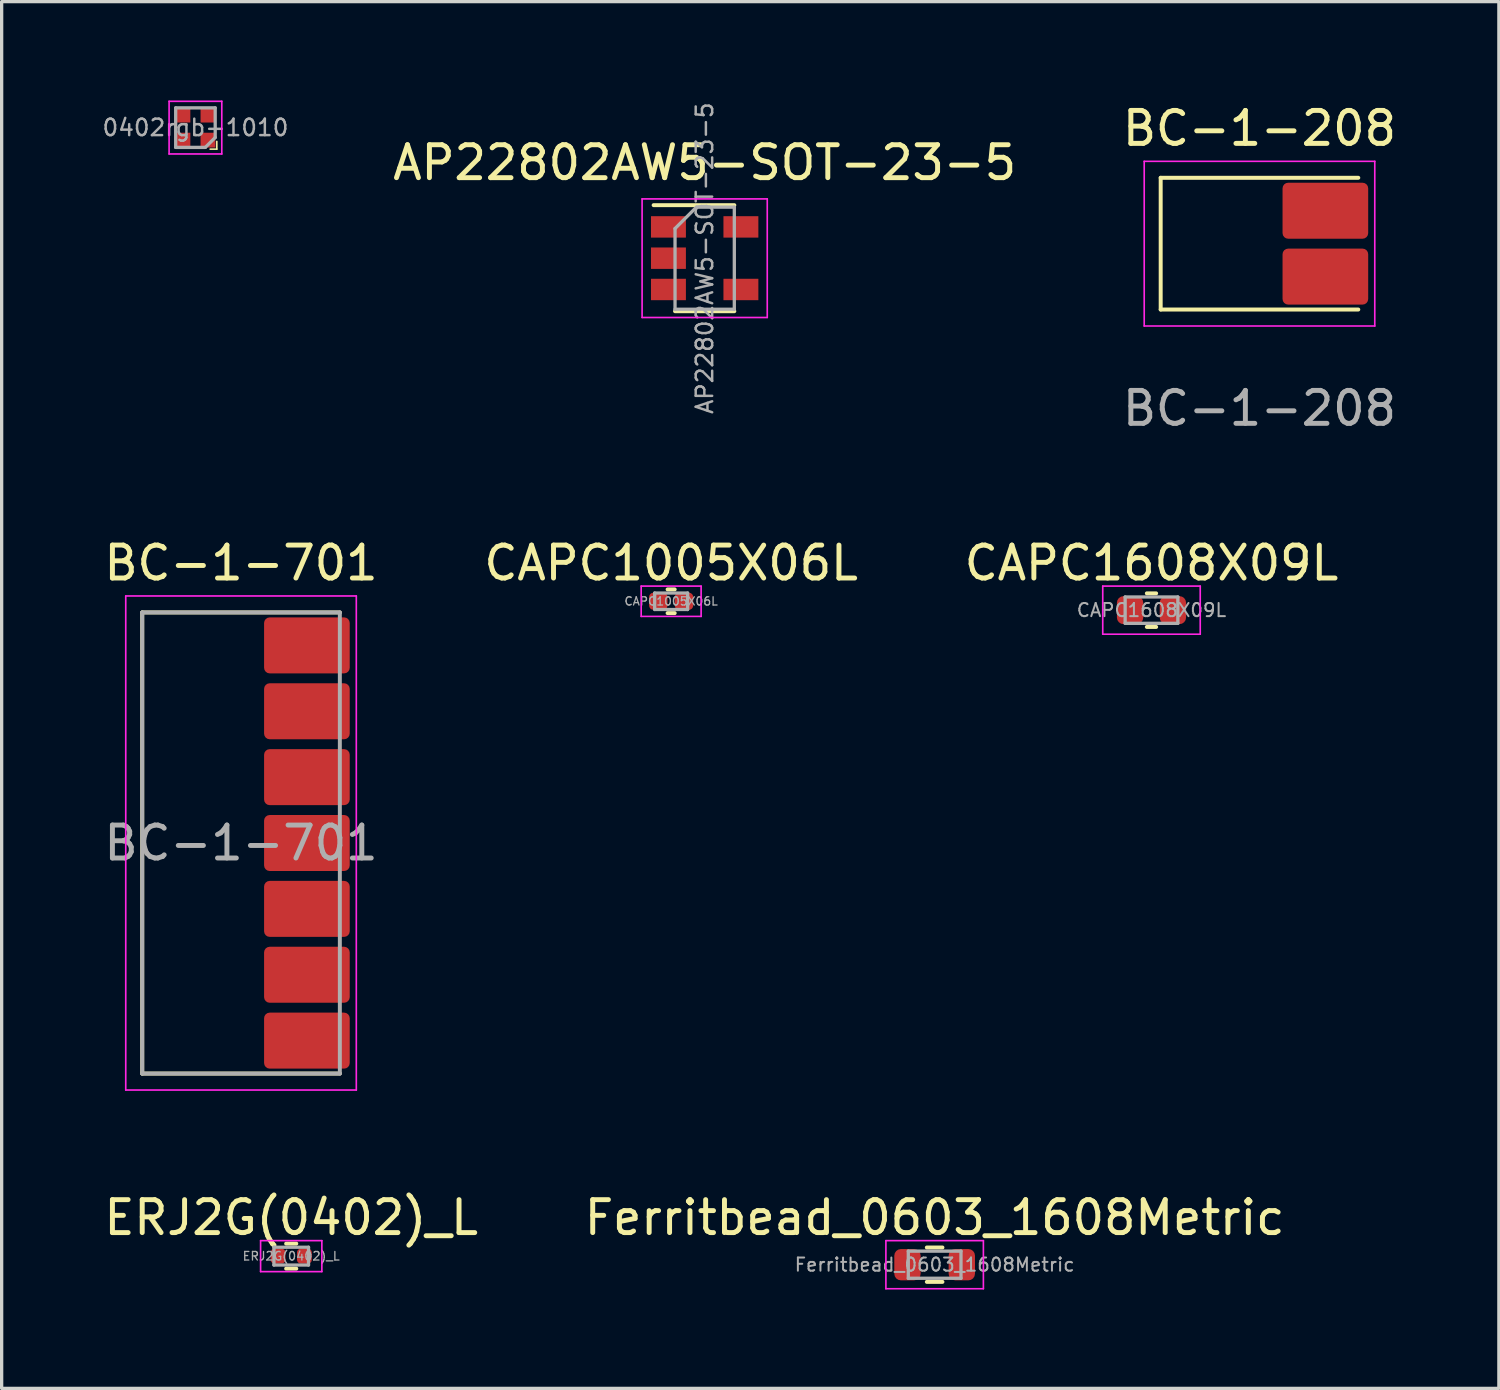
<source format=kicad_pcb>
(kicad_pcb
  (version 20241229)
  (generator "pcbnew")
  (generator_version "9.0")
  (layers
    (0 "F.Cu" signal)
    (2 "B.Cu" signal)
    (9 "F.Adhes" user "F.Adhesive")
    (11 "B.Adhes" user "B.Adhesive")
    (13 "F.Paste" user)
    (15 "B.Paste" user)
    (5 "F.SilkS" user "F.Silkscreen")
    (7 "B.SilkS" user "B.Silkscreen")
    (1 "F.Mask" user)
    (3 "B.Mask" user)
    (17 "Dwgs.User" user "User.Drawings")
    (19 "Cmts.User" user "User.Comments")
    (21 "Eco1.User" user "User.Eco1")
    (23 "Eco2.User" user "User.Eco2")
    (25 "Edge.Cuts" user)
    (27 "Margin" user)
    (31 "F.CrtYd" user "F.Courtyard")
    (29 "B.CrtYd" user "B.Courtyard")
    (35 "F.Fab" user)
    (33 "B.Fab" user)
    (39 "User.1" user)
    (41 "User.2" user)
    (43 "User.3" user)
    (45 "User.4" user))
  (footprint "Ferritbead_0603_1608Metric"
    (layer "F.Cu")
    (at 25.327 35.348)
    (property "Reference" "Ferritbead_0603_1608Metric" (at 0 -1.43 0) (layer "F.SilkS") (effects (font (size 1 1) (thickness 0.15))))
    (attr smd)
    (fp_line (start -0.237 -0.522) (end 0.237 -0.522) (stroke (width 0.12) (type solid)) (layer "F.SilkS"))
    (fp_line (start -0.237 0.522) (end 0.237 0.522) (stroke (width 0.12) (type solid)) (layer "F.SilkS"))
    (fp_line (start -1.48 -0.73) (end 1.48 -0.73) (stroke (width 0.05) (type solid)) (layer "F.CrtYd"))
    (fp_line (start -1.48 0.73) (end -1.48 -0.73) (stroke (width 0.05) (type solid)) (layer "F.CrtYd"))
    (fp_line (start 1.48 -0.73) (end 1.48 0.73) (stroke (width 0.05) (type solid)) (layer "F.CrtYd"))
    (fp_line (start 1.48 0.73) (end -1.48 0.73) (stroke (width 0.05) (type solid)) (layer "F.CrtYd"))
    (fp_line (start -0.8 -0.412) (end 0.8 -0.412) (stroke (width 0.1) (type solid)) (layer "F.Fab"))
    (fp_line (start -0.8 0.412) (end -0.8 -0.412) (stroke (width 0.1) (type solid)) (layer "F.Fab"))
    (fp_line (start 0.8 -0.412) (end 0.8 0.412) (stroke (width 0.1) (type solid)) (layer "F.Fab"))
    (fp_line (start 0.8 0.412) (end -0.8 0.412) (stroke (width 0.1) (type solid)) (layer "F.Fab"))
    (fp_text user "${REFERENCE}" (at 0 0 0) (layer "F.Fab") (effects (font (size 0.4 0.4) (thickness 0.06))))
    (pad "1" smd roundrect (at -0.825 0) (size 0.8 0.95) (layers "F.Cu" "F.Mask" "F.Paste") (roundrect_rratio 0.25))
    (pad "2" smd roundrect (at 0.825 0) (size 0.8 0.95) (layers "F.Cu" "F.Mask" "F.Paste") (roundrect_rratio 0.25)))
  (footprint "BC-1-701"
    (layer "F.Cu")
    (at 4.268 22.545)
    (property "Reference" "BC-1-701" (at 0 -8.5 0) (unlocked yes) (layer "F.SilkS") (effects (font (size 1 1) (thickness 0.15))))
    (attr smd)
    (fp_line (start -3 -7) (end 3 -7) (stroke (width 0.12) (type solid)) (layer "F.SilkS"))
    (fp_line (start -3 7) (end -3 -7) (stroke (width 0.12) (type solid)) (layer "F.SilkS"))
    (fp_line (start 3 7) (end -3 7) (stroke (width 0.12) (type solid)) (layer "F.SilkS"))
    (fp_line (start -3.5 -7.5) (end 3.5 -7.5) (stroke (width 0.05) (type solid)) (layer "F.CrtYd"))
    (fp_line (start -3.5 7.5) (end -3.5 -7.5) (stroke (width 0.05) (type solid)) (layer "F.CrtYd"))
    (fp_line (start -3.5 7.5) (end 3.5 7.5) (stroke (width 0.05) (type solid)) (layer "F.CrtYd"))
    (fp_line (start 3.5 7.5) (end 3.5 -7.5) (stroke (width 0.05) (type solid)) (layer "F.CrtYd"))
    (fp_line (start -3 -7) (end 3 -7) (stroke (width 0.12) (type solid)) (layer "F.Fab"))
    (fp_line (start -3 7) (end -3 -7) (stroke (width 0.12) (type solid)) (layer "F.Fab"))
    (fp_line (start -3 7) (end 3 7) (stroke (width 0.12) (type solid)) (layer "F.Fab"))
    (fp_line (start 3 7) (end 3 -7) (stroke (width 0.12) (type solid)) (layer "F.Fab"))
    (fp_text user "${REFERENCE}" (at 0 0 0) (unlocked yes) (layer "F.Fab") (effects (font (size 1 1) (thickness 0.15))))
    (pad "1" smd roundrect (at 2 -6) (size 2.6 1.7) (layers "F.Cu" "F.Mask" "F.Paste") (roundrect_rratio 0.1))
    (pad "2" smd roundrect (at 2 -4) (size 2.6 1.7) (layers "F.Cu" "F.Mask" "F.Paste") (roundrect_rratio 0.1))
    (pad "3" smd roundrect (at 2 -2) (size 2.6 1.7) (layers "F.Cu" "F.Mask" "F.Paste") (roundrect_rratio 0.1))
    (pad "4" smd roundrect (at 2 0) (size 2.6 1.7) (layers "F.Cu" "F.Mask" "F.Paste") (roundrect_rratio 0.1))
    (pad "5" smd roundrect (at 2 2) (size 2.6 1.7) (layers "F.Cu" "F.Mask" "F.Paste") (roundrect_rratio 0.1))
    (pad "6" smd roundrect (at 2 4) (size 2.6 1.7) (layers "F.Cu" "F.Mask" "F.Paste") (roundrect_rratio 0.1))
    (pad "7" smd roundrect (at 2 6) (size 2.6 1.7) (layers "F.Cu" "F.Mask" "F.Paste") (roundrect_rratio 0.1)))
  (footprint "0402rgb-1010"
    (layer "F.Cu")
    (at 2.884 0.825)
    (property "Reference" "0402rgb-1010" (at 0 0 0) (layer "F.Fab") (effects (font (size 0.5 0.5) (thickness 0.075))))
    (attr smd)
    (fp_line (start 0.648 0.419) (end 0.648 0.653) (stroke (width 0.05) (type solid)) (layer "F.SilkS"))
    (fp_line (start 0.648 0.653) (end 0.447 0.653) (stroke (width 0.05) (type solid)) (layer "F.SilkS"))
    (fp_poly (pts (xy -0.61 -0.602) (xy -0.3 -0.602) (xy -0.3 -0.251) (xy -0.61 -0.251) (xy -0.61 -0.452)) (stroke (width 0.01) (type solid)) (fill yes) (layer "F.Paste"))
    (fp_poly (pts (xy -0.602 0.249) (xy -0.292 0.249) (xy -0.292 0.599) (xy -0.602 0.599) (xy -0.602 0.399)) (stroke (width 0.01) (type solid)) (fill yes) (layer "F.Paste"))
    (fp_poly (pts (xy 0.29 -0.602) (xy 0.599 -0.602) (xy 0.599 -0.251) (xy 0.29 -0.251) (xy 0.29 -0.452)) (stroke (width 0.01) (type solid)) (fill yes) (layer "F.Paste"))
    (fp_poly (pts (xy 0.292 0.251) (xy 0.602 0.251) (xy 0.602 0.602) (xy 0.292 0.602) (xy 0.292 0.401)) (stroke (width 0.01) (type solid)) (fill yes) (layer "F.Paste"))
    (fp_line (start -0.8 -0.8) (end 0.8 -0.8) (stroke (width 0.05) (type solid)) (layer "F.CrtYd"))
    (fp_line (start -0.8 0.8) (end -0.8 -0.8) (stroke (width 0.05) (type solid)) (layer "F.CrtYd"))
    (fp_line (start -0.8 0.8) (end 0.8 0.8) (stroke (width 0.05) (type solid)) (layer "F.CrtYd"))
    (fp_line (start 0.8 0.8) (end 0.8 -0.8) (stroke (width 0.05) (type solid)) (layer "F.CrtYd"))
    (fp_line (start -0.6 -0.6) (end 0.6 -0.6) (stroke (width 0.1) (type solid)) (layer "F.Fab"))
    (fp_line (start -0.6 0.6) (end -0.6 -0.6) (stroke (width 0.1) (type solid)) (layer "F.Fab"))
    (fp_line (start 0.3 0.6) (end -0.6 0.6) (stroke (width 0.1) (type solid)) (layer "F.Fab"))
    (fp_line (start 0.3 0.6) (end 0.6 0.3) (stroke (width 0.1) (type solid)) (layer "F.Fab"))
    (fp_line (start 0.6 -0.6) (end 0.6 0.3) (stroke (width 0.1) (type solid)) (layer "F.Fab"))
    (pad "1" smd rect (at 0.38 0.38) (size 0.45 0.45) (layers "F.Cu" "F.Mask"))
    (pad "2" smd rect (at -0.38 0.38) (size 0.45 0.45) (layers "F.Cu" "F.Mask"))
    (pad "3" smd rect (at -0.38 -0.38) (size 0.45 0.45) (layers "F.Cu" "F.Mask"))
    (pad "4" smd rect (at 0.38 -0.38) (size 0.45 0.45) (layers "F.Cu" "F.Mask")))
  (footprint "CAPC1005X06L"
    (layer "F.Cu")
    (at 17.327 15.205)
    (property "Reference" "CAPC1005X06L" (at 0 -1.16 0) (layer "F.SilkS") (effects (font (size 1 1) (thickness 0.15))))
    (attr smd)
    (fp_line (start -0.108 -0.36) (end 0.108 -0.36) (stroke (width 0.12) (type solid)) (layer "F.SilkS"))
    (fp_line (start -0.108 0.36) (end 0.108 0.36) (stroke (width 0.12) (type solid)) (layer "F.SilkS"))
    (fp_line (start -0.91 -0.46) (end 0.91 -0.46) (stroke (width 0.05) (type solid)) (layer "F.CrtYd"))
    (fp_line (start -0.91 0.46) (end -0.91 -0.46) (stroke (width 0.05) (type solid)) (layer "F.CrtYd"))
    (fp_line (start 0.91 -0.46) (end 0.91 0.46) (stroke (width 0.05) (type solid)) (layer "F.CrtYd"))
    (fp_line (start 0.91 0.46) (end -0.91 0.46) (stroke (width 0.05) (type solid)) (layer "F.CrtYd"))
    (fp_line (start -0.5 -0.25) (end 0.5 -0.25) (stroke (width 0.1) (type solid)) (layer "F.Fab"))
    (fp_line (start -0.5 0.25) (end -0.5 -0.25) (stroke (width 0.1) (type solid)) (layer "F.Fab"))
    (fp_line (start 0.5 -0.25) (end 0.5 0.25) (stroke (width 0.1) (type solid)) (layer "F.Fab"))
    (fp_line (start 0.5 0.25) (end -0.5 0.25) (stroke (width 0.1) (type solid)) (layer "F.Fab"))
    (fp_text user "${REFERENCE}" (at 0 0 0) (layer "F.Fab") (effects (font (size 0.25 0.25) (thickness 0.04))))
    (pad "1" smd roundrect (at -0.39 0) (size 0.56 0.518) (layers "F.Cu" "F.Mask" "F.Paste") (roundrect_rratio 0.25))
    (pad "2" smd roundrect (at 0.39 0) (size 0.56 0.518) (layers "F.Cu" "F.Mask" "F.Paste") (roundrect_rratio 0.25)))
  (footprint "ERJ2G(0402)_L"
    (layer "F.Cu")
    (at 5.792 35.088)
    (property "Reference" "ERJ2G(0402)_L" (at 0 -1.17 0) (layer "F.SilkS") (effects (font (size 1 1) (thickness 0.15))))
    (attr smd)
    (fp_line (start -0.154 -0.38) (end 0.154 -0.38) (stroke (width 0.12) (type solid)) (layer "F.SilkS"))
    (fp_line (start -0.154 0.38) (end 0.154 0.38) (stroke (width 0.12) (type solid)) (layer "F.SilkS"))
    (fp_line (start -0.93 -0.47) (end 0.93 -0.47) (stroke (width 0.05) (type solid)) (layer "F.CrtYd"))
    (fp_line (start -0.93 0.47) (end -0.93 -0.47) (stroke (width 0.05) (type solid)) (layer "F.CrtYd"))
    (fp_line (start 0.93 -0.47) (end 0.93 0.47) (stroke (width 0.05) (type solid)) (layer "F.CrtYd"))
    (fp_line (start 0.93 0.47) (end -0.93 0.47) (stroke (width 0.05) (type solid)) (layer "F.CrtYd"))
    (fp_line (start -0.525 -0.27) (end 0.525 -0.27) (stroke (width 0.1) (type solid)) (layer "F.Fab"))
    (fp_line (start -0.525 0.27) (end -0.525 -0.27) (stroke (width 0.1) (type solid)) (layer "F.Fab"))
    (fp_line (start 0.525 -0.27) (end 0.525 0.27) (stroke (width 0.1) (type solid)) (layer "F.Fab"))
    (fp_line (start 0.525 0.27) (end -0.525 0.27) (stroke (width 0.1) (type solid)) (layer "F.Fab"))
    (fp_text user "${REFERENCE}" (at 0 0 0) (layer "F.Fab") (effects (font (size 0.26 0.26) (thickness 0.04))))
    (pad "1" smd roundrect (at -0.4 0) (size 0.45 0.45) (layers "F.Cu" "F.Mask" "F.Paste") (roundrect_rratio 0.25))
    (pad "2" smd roundrect (at 0.4 0) (size 0.45 0.45) (layers "F.Cu" "F.Mask" "F.Paste") (roundrect_rratio 0.25)))
  (footprint "CAPC1608X09L"
    (layer "F.Cu")
    (at 31.911 15.475)
    (property "Reference" "CAPC1608X09L" (at 0 -1.43 0) (layer "F.SilkS") (effects (font (size 1 1) (thickness 0.15))))
    (attr smd)
    (fp_line (start -0.141 -0.51) (end 0.141 -0.51) (stroke (width 0.12) (type solid)) (layer "F.SilkS"))
    (fp_line (start -0.141 0.51) (end 0.141 0.51) (stroke (width 0.12) (type solid)) (layer "F.SilkS"))
    (fp_line (start -1.48 -0.73) (end 1.48 -0.73) (stroke (width 0.05) (type solid)) (layer "F.CrtYd"))
    (fp_line (start -1.48 0.73) (end -1.48 -0.73) (stroke (width 0.05) (type solid)) (layer "F.CrtYd"))
    (fp_line (start 1.48 -0.73) (end 1.48 0.73) (stroke (width 0.05) (type solid)) (layer "F.CrtYd"))
    (fp_line (start 1.48 0.73) (end -1.48 0.73) (stroke (width 0.05) (type solid)) (layer "F.CrtYd"))
    (fp_line (start -0.8 -0.4) (end 0.8 -0.4) (stroke (width 0.1) (type solid)) (layer "F.Fab"))
    (fp_line (start -0.8 0.4) (end -0.8 -0.4) (stroke (width 0.1) (type solid)) (layer "F.Fab"))
    (fp_line (start 0.8 -0.4) (end 0.8 0.4) (stroke (width 0.1) (type solid)) (layer "F.Fab"))
    (fp_line (start 0.8 0.4) (end -0.8 0.4) (stroke (width 0.1) (type solid)) (layer "F.Fab"))
    (fp_text user "${REFERENCE}" (at 0 0 0) (layer "F.Fab") (effects (font (size 0.4 0.4) (thickness 0.06))))
    (pad "1" smd roundrect (at -0.65 0) (size 0.8 0.85) (layers "F.Cu" "F.Mask" "F.Paste") (roundrect_rratio 0.25))
    (pad "2" smd roundrect (at 0.65 0) (size 0.8 0.85) (layers "F.Cu" "F.Mask" "F.Paste") (roundrect_rratio 0.25)))
  (footprint "AP22802AW5-SOT-23-5"
    (layer "F.Cu")
    (at 18.345 4.789)
    (property "Reference" "AP22802AW5-SOT-23-5" (at 0 -2.9 0) (layer "F.SilkS") (effects (font (size 1 1) (thickness 0.15))))
    (attr smd)
    (fp_line (start -0.9 1.61) (end 0.9 1.61) (stroke (width 0.12) (type solid)) (layer "F.SilkS"))
    (fp_line (start 0.9 -1.61) (end -1.55 -1.61) (stroke (width 0.12) (type solid)) (layer "F.SilkS"))
    (fp_line (start -1.9 -1.8) (end 1.9 -1.8) (stroke (width 0.05) (type solid)) (layer "F.CrtYd"))
    (fp_line (start -1.9 1.8) (end -1.9 -1.8) (stroke (width 0.05) (type solid)) (layer "F.CrtYd"))
    (fp_line (start 1.9 -1.8) (end 1.9 1.8) (stroke (width 0.05) (type solid)) (layer "F.CrtYd"))
    (fp_line (start 1.9 1.8) (end -1.9 1.8) (stroke (width 0.05) (type solid)) (layer "F.CrtYd"))
    (fp_line (start -0.9 -0.9) (end -0.9 1.55) (stroke (width 0.1) (type solid)) (layer "F.Fab"))
    (fp_line (start -0.9 -0.9) (end -0.25 -1.55) (stroke (width 0.1) (type solid)) (layer "F.Fab"))
    (fp_line (start 0.9 -1.55) (end -0.25 -1.55) (stroke (width 0.1) (type solid)) (layer "F.Fab"))
    (fp_line (start 0.9 -1.55) (end 0.9 1.55) (stroke (width 0.1) (type solid)) (layer "F.Fab"))
    (fp_line (start 0.9 1.55) (end -0.9 1.55) (stroke (width 0.1) (type solid)) (layer "F.Fab"))
    (fp_text user "${REFERENCE}" (at 0 0 90) (layer "F.Fab") (effects (font (size 0.5 0.5) (thickness 0.075))))
    (pad "1" smd rect (at -1.1 -0.95) (size 1.06 0.65) (layers "F.Cu" "F.Mask" "F.Paste"))
    (pad "2" smd rect (at -1.1 0) (size 1.06 0.65) (layers "F.Cu" "F.Mask" "F.Paste"))
    (pad "3" smd rect (at -1.1 0.95) (size 1.06 0.65) (layers "F.Cu" "F.Mask" "F.Paste"))
    (pad "4" smd rect (at 1.1 0.95) (size 1.06 0.65) (layers "F.Cu" "F.Mask" "F.Paste"))
    (pad "5" smd rect (at 1.1 -0.95) (size 1.06 0.65) (layers "F.Cu" "F.Mask" "F.Paste")))
  (footprint "BC-1-208"
    (layer "F.Cu")
    (at 35.19 4.348)
    (property "Reference" "BC-1-208" (at 0 -3.5 0) (unlocked yes) (layer "F.SilkS") (effects (font (size 1 1) (thickness 0.15))))
    (attr smd)
    (fp_line (start -3 -2) (end 3 -2) (stroke (width 0.12) (type solid)) (layer "F.SilkS"))
    (fp_line (start -3 2) (end -3 -2) (stroke (width 0.12) (type solid)) (layer "F.SilkS"))
    (fp_line (start 3 2) (end -3 2) (stroke (width 0.12) (type solid)) (layer "F.SilkS"))
    (fp_line (start -3.5 -2.5) (end 3.5 -2.5) (stroke (width 0.05) (type solid)) (layer "F.CrtYd"))
    (fp_line (start -3.5 2.5) (end -3.5 -2.5) (stroke (width 0.05) (type solid)) (layer "F.CrtYd"))
    (fp_line (start -3.5 2.5) (end 3.5 2.5) (stroke (width 0.05) (type solid)) (layer "F.CrtYd"))
    (fp_line (start 3.5 2.5) (end 3.5 -2.5) (stroke (width 0.05) (type solid)) (layer "F.CrtYd"))
    (fp_text user "${REFERENCE}" (at 0 5 0) (unlocked yes) (layer "F.Fab") (effects (font (size 1 1) (thickness 0.15))))
    (pad "1" smd roundrect (at 2 -1) (size 2.6 1.7) (layers "F.Cu" "F.Mask" "F.Paste") (roundrect_rratio 0.1))
    (pad "2" smd roundrect (at 2 1) (size 2.6 1.7) (layers "F.Cu" "F.Mask" "F.Paste") (roundrect_rratio 0.1)))
  (gr_rect
    (start -3 -3)
    (end 42.458 39.103)
    (stroke (width 0.1) (type default))
    (fill no)
    (layer "Edge.Cuts")))
</source>
